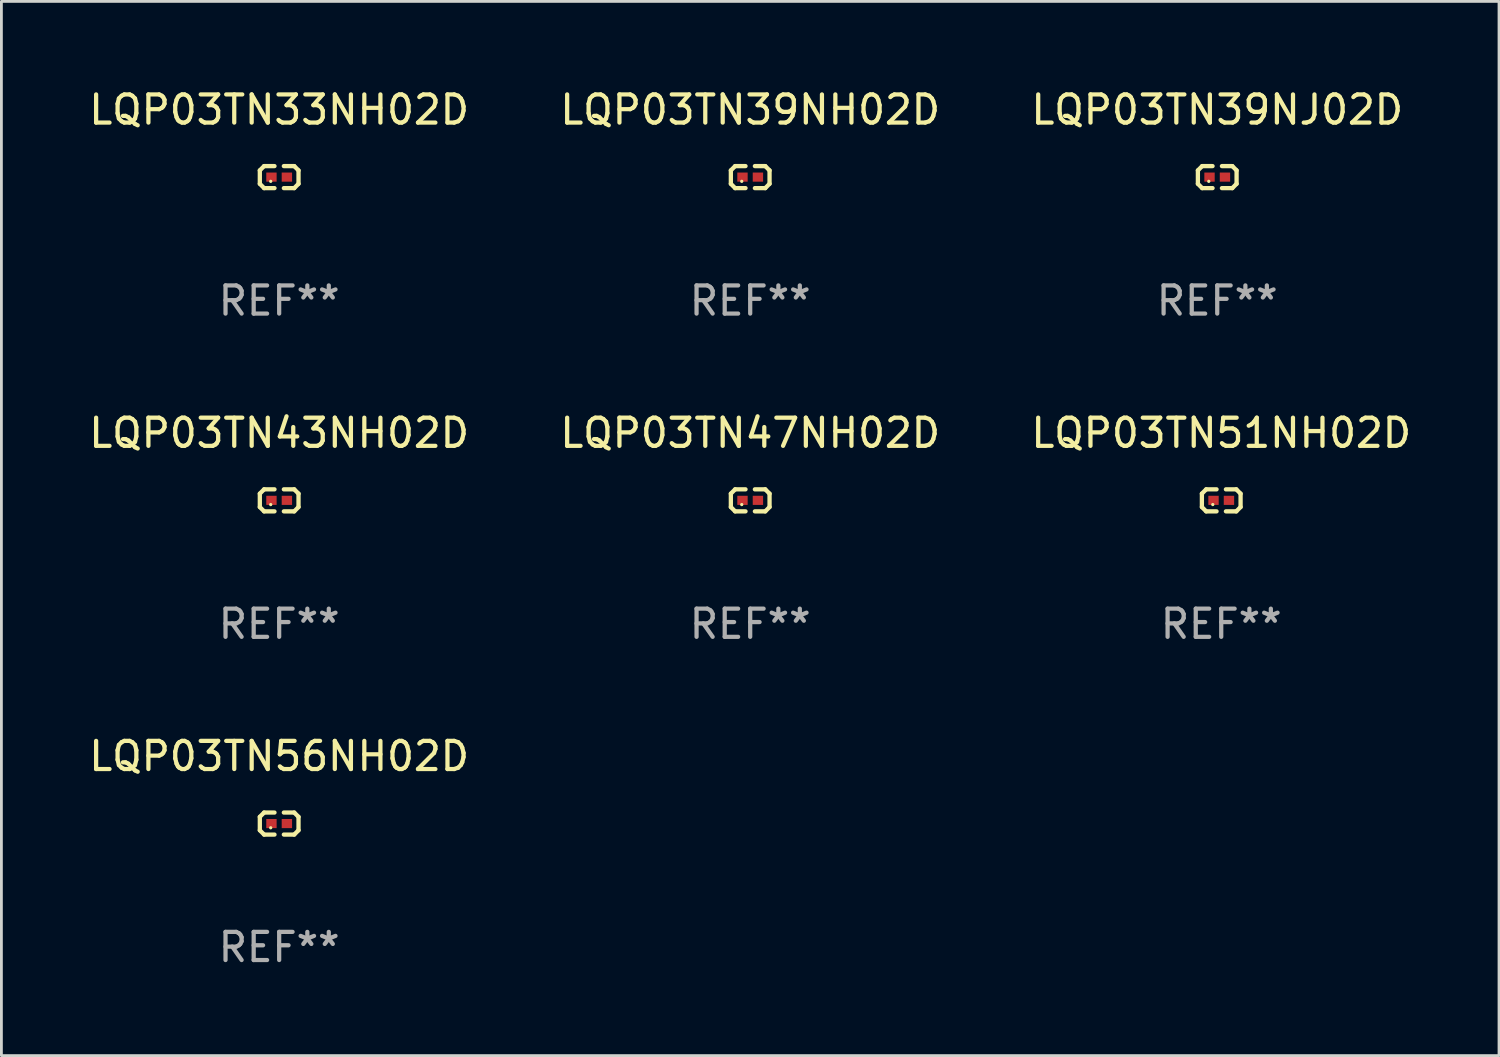
<source format=kicad_pcb>
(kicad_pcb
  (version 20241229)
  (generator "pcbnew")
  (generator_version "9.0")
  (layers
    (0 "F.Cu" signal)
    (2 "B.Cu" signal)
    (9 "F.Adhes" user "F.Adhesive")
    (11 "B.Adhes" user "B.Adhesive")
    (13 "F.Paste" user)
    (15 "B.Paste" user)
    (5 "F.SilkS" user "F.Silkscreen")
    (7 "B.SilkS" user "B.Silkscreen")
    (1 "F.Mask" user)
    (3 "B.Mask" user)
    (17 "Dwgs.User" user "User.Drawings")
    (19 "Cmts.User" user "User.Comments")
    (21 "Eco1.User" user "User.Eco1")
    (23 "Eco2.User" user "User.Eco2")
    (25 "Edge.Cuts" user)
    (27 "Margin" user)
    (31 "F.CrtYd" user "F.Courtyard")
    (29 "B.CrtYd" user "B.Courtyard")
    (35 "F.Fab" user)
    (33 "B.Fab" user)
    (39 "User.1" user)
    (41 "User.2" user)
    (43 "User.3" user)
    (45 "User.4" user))
  (footprint "LQP03TN51NH02D"
    (layer "F.Cu")
    (at 40.315 14.717)
    (property "Reference" "LQP03TN51NH02D" (at 0 -2.391 0) (layer "F.SilkS") (effects (font (size 1 1) (thickness 0.15))))
    (attr through_hole)
    (fp_line (start -0.687 -0.238) (end -0.535 -0.391) (stroke (width 0.152) (type solid)) (layer "F.SilkS"))
    (fp_line (start -0.687 0.238) (end -0.687 -0.238) (stroke (width 0.152) (type solid)) (layer "F.SilkS"))
    (fp_line (start -0.535 -0.391) (end -0.166 -0.391) (stroke (width 0.152) (type solid)) (layer "F.SilkS"))
    (fp_line (start -0.535 0.391) (end -0.687 0.238) (stroke (width 0.152) (type solid)) (layer "F.SilkS"))
    (fp_line (start -0.166 0.391) (end -0.535 0.391) (stroke (width 0.152) (type solid)) (layer "F.SilkS"))
    (fp_line (start 0.166 0.391) (end 0.535 0.391) (stroke (width 0.152) (type solid)) (layer "F.SilkS"))
    (fp_line (start 0.535 -0.391) (end 0.166 -0.391) (stroke (width 0.152) (type solid)) (layer "F.SilkS"))
    (fp_line (start 0.535 0.391) (end 0.687 0.238) (stroke (width 0.152) (type solid)) (layer "F.SilkS"))
    (fp_line (start 0.687 -0.238) (end 0.535 -0.391) (stroke (width 0.152) (type solid)) (layer "F.SilkS"))
    (fp_line (start 0.687 0.238) (end 0.687 -0.238) (stroke (width 0.152) (type solid)) (layer "F.SilkS"))
    (fp_circle (center -0.3 0.15) (end -0.27 0.15) (stroke (width 0.06) (type solid)) (fill no) (layer "F.SilkS"))
    (fp_text user "REF**" (at 0 4.391 0) (layer "F.Fab") (effects (font (size 1 1) (thickness 0.15))))
    (pad "1" smd rect (at -0.274 0) (size 0.368 0.324) (layers "F.Cu" "F.Mask" "F.Paste"))
    (pad "2" smd rect (at 0.274 0) (size 0.368 0.324) (layers "F.Cu" "F.Mask" "F.Paste")))
  (footprint "LQP03TN47NH02D"
    (layer "F.Cu")
    (at 23.589 14.717)
    (property "Reference" "LQP03TN47NH02D" (at 0 -2.391 0) (layer "F.SilkS") (effects (font (size 1 1) (thickness 0.15))))
    (attr through_hole)
    (fp_line (start -0.687 -0.238) (end -0.535 -0.391) (stroke (width 0.152) (type solid)) (layer "F.SilkS"))
    (fp_line (start -0.687 0.238) (end -0.687 -0.238) (stroke (width 0.152) (type solid)) (layer "F.SilkS"))
    (fp_line (start -0.535 -0.391) (end -0.166 -0.391) (stroke (width 0.152) (type solid)) (layer "F.SilkS"))
    (fp_line (start -0.535 0.391) (end -0.687 0.238) (stroke (width 0.152) (type solid)) (layer "F.SilkS"))
    (fp_line (start -0.166 0.391) (end -0.535 0.391) (stroke (width 0.152) (type solid)) (layer "F.SilkS"))
    (fp_line (start 0.166 0.391) (end 0.535 0.391) (stroke (width 0.152) (type solid)) (layer "F.SilkS"))
    (fp_line (start 0.535 -0.391) (end 0.166 -0.391) (stroke (width 0.152) (type solid)) (layer "F.SilkS"))
    (fp_line (start 0.535 0.391) (end 0.687 0.238) (stroke (width 0.152) (type solid)) (layer "F.SilkS"))
    (fp_line (start 0.687 -0.238) (end 0.535 -0.391) (stroke (width 0.152) (type solid)) (layer "F.SilkS"))
    (fp_line (start 0.687 0.238) (end 0.687 -0.238) (stroke (width 0.152) (type solid)) (layer "F.SilkS"))
    (fp_circle (center -0.3 0.15) (end -0.27 0.15) (stroke (width 0.06) (type solid)) (fill no) (layer "F.SilkS"))
    (fp_text user "REF**" (at 0 4.391 0) (layer "F.Fab") (effects (font (size 1 1) (thickness 0.15))))
    (pad "1" smd rect (at -0.274 0) (size 0.368 0.324) (layers "F.Cu" "F.Mask" "F.Paste"))
    (pad "2" smd rect (at 0.274 0) (size 0.368 0.324) (layers "F.Cu" "F.Mask" "F.Paste")))
  (footprint "LQP03TN39NJ02D"
    (layer "F.Cu")
    (at 40.173 3.239)
    (property "Reference" "LQP03TN39NJ02D" (at 0 -2.391 0) (layer "F.SilkS") (effects (font (size 1 1) (thickness 0.15))))
    (attr through_hole)
    (fp_line (start -0.687 -0.238) (end -0.535 -0.391) (stroke (width 0.152) (type solid)) (layer "F.SilkS"))
    (fp_line (start -0.687 0.238) (end -0.687 -0.238) (stroke (width 0.152) (type solid)) (layer "F.SilkS"))
    (fp_line (start -0.535 -0.391) (end -0.166 -0.391) (stroke (width 0.152) (type solid)) (layer "F.SilkS"))
    (fp_line (start -0.535 0.391) (end -0.687 0.238) (stroke (width 0.152) (type solid)) (layer "F.SilkS"))
    (fp_line (start -0.166 0.391) (end -0.535 0.391) (stroke (width 0.152) (type solid)) (layer "F.SilkS"))
    (fp_line (start 0.166 0.391) (end 0.535 0.391) (stroke (width 0.152) (type solid)) (layer "F.SilkS"))
    (fp_line (start 0.535 -0.391) (end 0.166 -0.391) (stroke (width 0.152) (type solid)) (layer "F.SilkS"))
    (fp_line (start 0.535 0.391) (end 0.687 0.238) (stroke (width 0.152) (type solid)) (layer "F.SilkS"))
    (fp_line (start 0.687 -0.238) (end 0.535 -0.391) (stroke (width 0.152) (type solid)) (layer "F.SilkS"))
    (fp_line (start 0.687 0.238) (end 0.687 -0.238) (stroke (width 0.152) (type solid)) (layer "F.SilkS"))
    (fp_circle (center -0.3 0.15) (end -0.27 0.15) (stroke (width 0.06) (type solid)) (fill no) (layer "F.SilkS"))
    (fp_text user "REF**" (at 0 4.391 0) (layer "F.Fab") (effects (font (size 1 1) (thickness 0.15))))
    (pad "1" smd rect (at -0.274 0) (size 0.368 0.324) (layers "F.Cu" "F.Mask" "F.Paste"))
    (pad "2" smd rect (at 0.274 0) (size 0.368 0.324) (layers "F.Cu" "F.Mask" "F.Paste")))
  (footprint "LQP03TN43NH02D"
    (layer "F.Cu")
    (at 6.863 14.717)
    (property "Reference" "LQP03TN43NH02D" (at 0 -2.391 0) (layer "F.SilkS") (effects (font (size 1 1) (thickness 0.15))))
    (attr through_hole)
    (fp_line (start -0.687 -0.238) (end -0.535 -0.391) (stroke (width 0.152) (type solid)) (layer "F.SilkS"))
    (fp_line (start -0.687 0.238) (end -0.687 -0.238) (stroke (width 0.152) (type solid)) (layer "F.SilkS"))
    (fp_line (start -0.535 -0.391) (end -0.166 -0.391) (stroke (width 0.152) (type solid)) (layer "F.SilkS"))
    (fp_line (start -0.535 0.391) (end -0.687 0.238) (stroke (width 0.152) (type solid)) (layer "F.SilkS"))
    (fp_line (start -0.166 0.391) (end -0.535 0.391) (stroke (width 0.152) (type solid)) (layer "F.SilkS"))
    (fp_line (start 0.166 0.391) (end 0.535 0.391) (stroke (width 0.152) (type solid)) (layer "F.SilkS"))
    (fp_line (start 0.535 -0.391) (end 0.166 -0.391) (stroke (width 0.152) (type solid)) (layer "F.SilkS"))
    (fp_line (start 0.535 0.391) (end 0.687 0.238) (stroke (width 0.152) (type solid)) (layer "F.SilkS"))
    (fp_line (start 0.687 -0.238) (end 0.535 -0.391) (stroke (width 0.152) (type solid)) (layer "F.SilkS"))
    (fp_line (start 0.687 0.238) (end 0.687 -0.238) (stroke (width 0.152) (type solid)) (layer "F.SilkS"))
    (fp_circle (center -0.3 0.15) (end -0.27 0.15) (stroke (width 0.06) (type solid)) (fill no) (layer "F.SilkS"))
    (fp_text user "REF**" (at 0 4.391 0) (layer "F.Fab") (effects (font (size 1 1) (thickness 0.15))))
    (pad "1" smd rect (at -0.274 0) (size 0.368 0.324) (layers "F.Cu" "F.Mask" "F.Paste"))
    (pad "2" smd rect (at 0.274 0) (size 0.368 0.324) (layers "F.Cu" "F.Mask" "F.Paste")))
  (footprint "LQP03TN33NH02D"
    (layer "F.Cu")
    (at 6.863 3.239)
    (property "Reference" "LQP03TN33NH02D" (at 0 -2.391 0) (layer "F.SilkS") (effects (font (size 1 1) (thickness 0.15))))
    (attr through_hole)
    (fp_line (start -0.687 -0.238) (end -0.535 -0.391) (stroke (width 0.152) (type solid)) (layer "F.SilkS"))
    (fp_line (start -0.687 0.238) (end -0.687 -0.238) (stroke (width 0.152) (type solid)) (layer "F.SilkS"))
    (fp_line (start -0.535 -0.391) (end -0.166 -0.391) (stroke (width 0.152) (type solid)) (layer "F.SilkS"))
    (fp_line (start -0.535 0.391) (end -0.687 0.238) (stroke (width 0.152) (type solid)) (layer "F.SilkS"))
    (fp_line (start -0.166 0.391) (end -0.535 0.391) (stroke (width 0.152) (type solid)) (layer "F.SilkS"))
    (fp_line (start 0.166 0.391) (end 0.535 0.391) (stroke (width 0.152) (type solid)) (layer "F.SilkS"))
    (fp_line (start 0.535 -0.391) (end 0.166 -0.391) (stroke (width 0.152) (type solid)) (layer "F.SilkS"))
    (fp_line (start 0.535 0.391) (end 0.687 0.238) (stroke (width 0.152) (type solid)) (layer "F.SilkS"))
    (fp_line (start 0.687 -0.238) (end 0.535 -0.391) (stroke (width 0.152) (type solid)) (layer "F.SilkS"))
    (fp_line (start 0.687 0.238) (end 0.687 -0.238) (stroke (width 0.152) (type solid)) (layer "F.SilkS"))
    (fp_circle (center -0.3 0.15) (end -0.27 0.15) (stroke (width 0.06) (type solid)) (fill no) (layer "F.SilkS"))
    (fp_text user "REF**" (at 0 4.391 0) (layer "F.Fab") (effects (font (size 1 1) (thickness 0.15))))
    (pad "1" smd rect (at -0.274 0) (size 0.368 0.324) (layers "F.Cu" "F.Mask" "F.Paste"))
    (pad "2" smd rect (at 0.274 0) (size 0.368 0.324) (layers "F.Cu" "F.Mask" "F.Paste")))
  (footprint "LQP03TN39NH02D"
    (layer "F.Cu")
    (at 23.589 3.239)
    (property "Reference" "LQP03TN39NH02D" (at 0 -2.391 0) (layer "F.SilkS") (effects (font (size 1 1) (thickness 0.15))))
    (attr through_hole)
    (fp_line (start -0.687 -0.238) (end -0.535 -0.391) (stroke (width 0.152) (type solid)) (layer "F.SilkS"))
    (fp_line (start -0.687 0.238) (end -0.687 -0.238) (stroke (width 0.152) (type solid)) (layer "F.SilkS"))
    (fp_line (start -0.535 -0.391) (end -0.166 -0.391) (stroke (width 0.152) (type solid)) (layer "F.SilkS"))
    (fp_line (start -0.535 0.391) (end -0.687 0.238) (stroke (width 0.152) (type solid)) (layer "F.SilkS"))
    (fp_line (start -0.166 0.391) (end -0.535 0.391) (stroke (width 0.152) (type solid)) (layer "F.SilkS"))
    (fp_line (start 0.166 0.391) (end 0.535 0.391) (stroke (width 0.152) (type solid)) (layer "F.SilkS"))
    (fp_line (start 0.535 -0.391) (end 0.166 -0.391) (stroke (width 0.152) (type solid)) (layer "F.SilkS"))
    (fp_line (start 0.535 0.391) (end 0.687 0.238) (stroke (width 0.152) (type solid)) (layer "F.SilkS"))
    (fp_line (start 0.687 -0.238) (end 0.535 -0.391) (stroke (width 0.152) (type solid)) (layer "F.SilkS"))
    (fp_line (start 0.687 0.238) (end 0.687 -0.238) (stroke (width 0.152) (type solid)) (layer "F.SilkS"))
    (fp_circle (center -0.3 0.15) (end -0.27 0.15) (stroke (width 0.06) (type solid)) (fill no) (layer "F.SilkS"))
    (fp_text user "REF**" (at 0 4.391 0) (layer "F.Fab") (effects (font (size 1 1) (thickness 0.15))))
    (pad "1" smd rect (at -0.274 0) (size 0.368 0.324) (layers "F.Cu" "F.Mask" "F.Paste"))
    (pad "2" smd rect (at 0.274 0) (size 0.368 0.324) (layers "F.Cu" "F.Mask" "F.Paste")))
  (footprint "LQP03TN56NH02D"
    (layer "F.Cu")
    (at 6.863 26.194)
    (property "Reference" "LQP03TN56NH02D" (at 0 -2.391 0) (layer "F.SilkS") (effects (font (size 1 1) (thickness 0.15))))
    (attr through_hole)
    (fp_line (start -0.687 -0.238) (end -0.535 -0.391) (stroke (width 0.152) (type solid)) (layer "F.SilkS"))
    (fp_line (start -0.687 0.238) (end -0.687 -0.238) (stroke (width 0.152) (type solid)) (layer "F.SilkS"))
    (fp_line (start -0.535 -0.391) (end -0.166 -0.391) (stroke (width 0.152) (type solid)) (layer "F.SilkS"))
    (fp_line (start -0.535 0.391) (end -0.687 0.238) (stroke (width 0.152) (type solid)) (layer "F.SilkS"))
    (fp_line (start -0.166 0.391) (end -0.535 0.391) (stroke (width 0.152) (type solid)) (layer "F.SilkS"))
    (fp_line (start 0.166 0.391) (end 0.535 0.391) (stroke (width 0.152) (type solid)) (layer "F.SilkS"))
    (fp_line (start 0.535 -0.391) (end 0.166 -0.391) (stroke (width 0.152) (type solid)) (layer "F.SilkS"))
    (fp_line (start 0.535 0.391) (end 0.687 0.238) (stroke (width 0.152) (type solid)) (layer "F.SilkS"))
    (fp_line (start 0.687 -0.238) (end 0.535 -0.391) (stroke (width 0.152) (type solid)) (layer "F.SilkS"))
    (fp_line (start 0.687 0.238) (end 0.687 -0.238) (stroke (width 0.152) (type solid)) (layer "F.SilkS"))
    (fp_circle (center -0.3 0.15) (end -0.27 0.15) (stroke (width 0.06) (type solid)) (fill no) (layer "F.SilkS"))
    (fp_text user "REF**" (at 0 4.391 0) (layer "F.Fab") (effects (font (size 1 1) (thickness 0.15))))
    (pad "1" smd rect (at -0.274 0) (size 0.368 0.324) (layers "F.Cu" "F.Mask" "F.Paste"))
    (pad "2" smd rect (at 0.274 0) (size 0.368 0.324) (layers "F.Cu" "F.Mask" "F.Paste")))
  (gr_rect
    (start -3 -3)
    (end 50.179 34.433)
    (stroke (width 0.1) (type default))
    (fill no)
    (layer "Edge.Cuts")))
</source>
